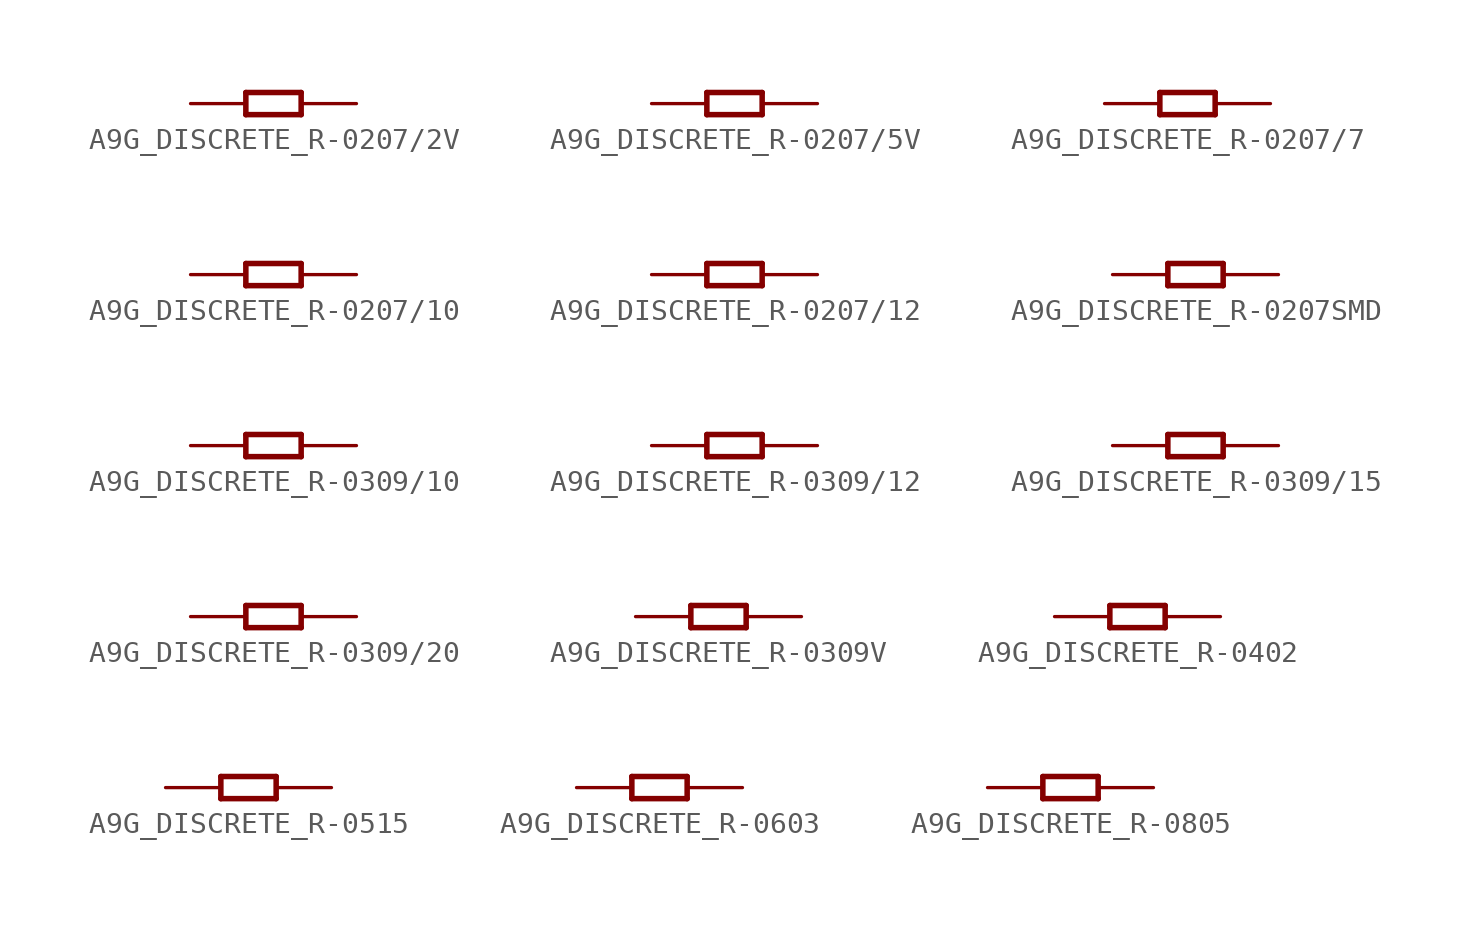
<source format=kicad_sym>
(kicad_symbol_lib
  (version 20231120)
  (generator "kicad_symbol_editor")
  (generator_version "8.0")
  (symbol "A9G_DISCRETE_R-0207/2V"
    (property "Reference" "R"
      (at -3.81 0 0)
      (effects (font (size 1.27 1.079)) (justify left bottom) (hide yes)))
    (property "ki_locked" ""
      (at 0 0 0)
      (effects (font (size 1.27 1.27))))
    (symbol "A9G_DISCRETE_R-0207/2V_1_0"
      (polyline (pts (xy -1.27 -0.508) (xy -1.27 0.508)) (stroke (width 0.254) (type solid)) (fill (type none)))
      (polyline (pts (xy -1.27 0.508) (xy 1.27 0.508)) (stroke (width 0.254) (type solid)) (fill (type none)))
      (polyline (pts (xy 1.27 -0.508) (xy -1.27 -0.508)) (stroke (width 0.254) (type solid)) (fill (type none)))
      (polyline (pts (xy 1.27 0.508) (xy 1.27 -0.508)) (stroke (width 0.254) (type solid)) (fill (type none)))
      (pin passive line (at -3.81 0 0) (length 2.54) (name "1" (effects (font (size 0 0)))) (number "1" (effects (font (size 0 0)))))
      (pin passive line (at 3.81 0 180) (length 2.54) (name "2" (effects (font (size 0 0)))) (number "2" (effects (font (size 0 0)))))))
  (symbol "A9G_DISCRETE_R-0207/5V"
    (property "Reference" "R"
      (at -3.81 0 0)
      (effects (font (size 1.27 1.079)) (justify left bottom) (hide yes)))
    (property "ki_locked" ""
      (at 0 0 0)
      (effects (font (size 1.27 1.27))))
    (symbol "A9G_DISCRETE_R-0207/5V_1_0"
      (polyline (pts (xy -1.27 -0.508) (xy -1.27 0.508)) (stroke (width 0.254) (type solid)) (fill (type none)))
      (polyline (pts (xy -1.27 0.508) (xy 1.27 0.508)) (stroke (width 0.254) (type solid)) (fill (type none)))
      (polyline (pts (xy 1.27 -0.508) (xy -1.27 -0.508)) (stroke (width 0.254) (type solid)) (fill (type none)))
      (polyline (pts (xy 1.27 0.508) (xy 1.27 -0.508)) (stroke (width 0.254) (type solid)) (fill (type none)))
      (pin passive line (at -3.81 0 0) (length 2.54) (name "1" (effects (font (size 0 0)))) (number "1" (effects (font (size 0 0)))))
      (pin passive line (at 3.81 0 180) (length 2.54) (name "2" (effects (font (size 0 0)))) (number "2" (effects (font (size 0 0)))))))
  (symbol "A9G_DISCRETE_R-0207/7"
    (property "Reference" "R"
      (at -3.81 0 0)
      (effects (font (size 1.27 1.079)) (justify left bottom) (hide yes)))
    (property "ki_locked" ""
      (at 0 0 0)
      (effects (font (size 1.27 1.27))))
    (symbol "A9G_DISCRETE_R-0207/7_1_0"
      (polyline (pts (xy -1.27 -0.508) (xy -1.27 0.508)) (stroke (width 0.254) (type solid)) (fill (type none)))
      (polyline (pts (xy -1.27 0.508) (xy 1.27 0.508)) (stroke (width 0.254) (type solid)) (fill (type none)))
      (polyline (pts (xy 1.27 -0.508) (xy -1.27 -0.508)) (stroke (width 0.254) (type solid)) (fill (type none)))
      (polyline (pts (xy 1.27 0.508) (xy 1.27 -0.508)) (stroke (width 0.254) (type solid)) (fill (type none)))
      (pin passive line (at -3.81 0 0) (length 2.54) (name "1" (effects (font (size 0 0)))) (number "1" (effects (font (size 0 0)))))
      (pin passive line (at 3.81 0 180) (length 2.54) (name "2" (effects (font (size 0 0)))) (number "2" (effects (font (size 0 0)))))))
  (symbol "A9G_DISCRETE_R-0207/10"
    (property "Reference" "R"
      (at -3.81 0 0)
      (effects (font (size 1.27 1.079)) (justify left bottom) (hide yes)))
    (property "ki_locked" ""
      (at 0 0 0)
      (effects (font (size 1.27 1.27))))
    (symbol "A9G_DISCRETE_R-0207/10_1_0"
      (polyline (pts (xy -1.27 -0.508) (xy -1.27 0.508)) (stroke (width 0.254) (type solid)) (fill (type none)))
      (polyline (pts (xy -1.27 0.508) (xy 1.27 0.508)) (stroke (width 0.254) (type solid)) (fill (type none)))
      (polyline (pts (xy 1.27 -0.508) (xy -1.27 -0.508)) (stroke (width 0.254) (type solid)) (fill (type none)))
      (polyline (pts (xy 1.27 0.508) (xy 1.27 -0.508)) (stroke (width 0.254) (type solid)) (fill (type none)))
      (pin passive line (at -3.81 0 0) (length 2.54) (name "1" (effects (font (size 0 0)))) (number "1" (effects (font (size 0 0)))))
      (pin passive line (at 3.81 0 180) (length 2.54) (name "2" (effects (font (size 0 0)))) (number "2" (effects (font (size 0 0)))))))
  (symbol "A9G_DISCRETE_R-0207/12"
    (property "Reference" "R"
      (at -3.81 0 0)
      (effects (font (size 1.27 1.079)) (justify left bottom) (hide yes)))
    (property "ki_locked" ""
      (at 0 0 0)
      (effects (font (size 1.27 1.27))))
    (symbol "A9G_DISCRETE_R-0207/12_1_0"
      (polyline (pts (xy -1.27 -0.508) (xy -1.27 0.508)) (stroke (width 0.254) (type solid)) (fill (type none)))
      (polyline (pts (xy -1.27 0.508) (xy 1.27 0.508)) (stroke (width 0.254) (type solid)) (fill (type none)))
      (polyline (pts (xy 1.27 -0.508) (xy -1.27 -0.508)) (stroke (width 0.254) (type solid)) (fill (type none)))
      (polyline (pts (xy 1.27 0.508) (xy 1.27 -0.508)) (stroke (width 0.254) (type solid)) (fill (type none)))
      (pin passive line (at -3.81 0 0) (length 2.54) (name "1" (effects (font (size 0 0)))) (number "1" (effects (font (size 0 0)))))
      (pin passive line (at 3.81 0 180) (length 2.54) (name "2" (effects (font (size 0 0)))) (number "2" (effects (font (size 0 0)))))))
  (symbol "A9G_DISCRETE_R-0207SMD"
    (property "Reference" "R"
      (at -3.81 0 0)
      (effects (font (size 1.27 1.079)) (justify left bottom) (hide yes)))
    (property "ki_locked" ""
      (at 0 0 0)
      (effects (font (size 1.27 1.27))))
    (symbol "A9G_DISCRETE_R-0207SMD_1_0"
      (polyline (pts (xy -1.27 -0.508) (xy -1.27 0.508)) (stroke (width 0.254) (type solid)) (fill (type none)))
      (polyline (pts (xy -1.27 0.508) (xy 1.27 0.508)) (stroke (width 0.254) (type solid)) (fill (type none)))
      (polyline (pts (xy 1.27 -0.508) (xy -1.27 -0.508)) (stroke (width 0.254) (type solid)) (fill (type none)))
      (polyline (pts (xy 1.27 0.508) (xy 1.27 -0.508)) (stroke (width 0.254) (type solid)) (fill (type none)))
      (pin passive line (at -3.81 0 0) (length 2.54) (name "1" (effects (font (size 0 0)))) (number "1" (effects (font (size 0 0)))))
      (pin passive line (at 3.81 0 180) (length 2.54) (name "2" (effects (font (size 0 0)))) (number "2" (effects (font (size 0 0)))))))
  (symbol "A9G_DISCRETE_R-0309/10"
    (property "Reference" "R"
      (at -3.81 0 0)
      (effects (font (size 1.27 1.079)) (justify left bottom) (hide yes)))
    (property "ki_locked" ""
      (at 0 0 0)
      (effects (font (size 1.27 1.27))))
    (symbol "A9G_DISCRETE_R-0309/10_1_0"
      (polyline (pts (xy -1.27 -0.508) (xy -1.27 0.508)) (stroke (width 0.254) (type solid)) (fill (type none)))
      (polyline (pts (xy -1.27 0.508) (xy 1.27 0.508)) (stroke (width 0.254) (type solid)) (fill (type none)))
      (polyline (pts (xy 1.27 -0.508) (xy -1.27 -0.508)) (stroke (width 0.254) (type solid)) (fill (type none)))
      (polyline (pts (xy 1.27 0.508) (xy 1.27 -0.508)) (stroke (width 0.254) (type solid)) (fill (type none)))
      (pin passive line (at -3.81 0 0) (length 2.54) (name "1" (effects (font (size 0 0)))) (number "1" (effects (font (size 0 0)))))
      (pin passive line (at 3.81 0 180) (length 2.54) (name "2" (effects (font (size 0 0)))) (number "2" (effects (font (size 0 0)))))))
  (symbol "A9G_DISCRETE_R-0309/12"
    (property "Reference" "R"
      (at -3.81 0 0)
      (effects (font (size 1.27 1.079)) (justify left bottom) (hide yes)))
    (property "ki_locked" ""
      (at 0 0 0)
      (effects (font (size 1.27 1.27))))
    (symbol "A9G_DISCRETE_R-0309/12_1_0"
      (polyline (pts (xy -1.27 -0.508) (xy -1.27 0.508)) (stroke (width 0.254) (type solid)) (fill (type none)))
      (polyline (pts (xy -1.27 0.508) (xy 1.27 0.508)) (stroke (width 0.254) (type solid)) (fill (type none)))
      (polyline (pts (xy 1.27 -0.508) (xy -1.27 -0.508)) (stroke (width 0.254) (type solid)) (fill (type none)))
      (polyline (pts (xy 1.27 0.508) (xy 1.27 -0.508)) (stroke (width 0.254) (type solid)) (fill (type none)))
      (pin passive line (at -3.81 0 0) (length 2.54) (name "1" (effects (font (size 0 0)))) (number "1" (effects (font (size 0 0)))))
      (pin passive line (at 3.81 0 180) (length 2.54) (name "2" (effects (font (size 0 0)))) (number "2" (effects (font (size 0 0)))))))
  (symbol "A9G_DISCRETE_R-0309/15"
    (property "Reference" "R"
      (at -3.81 0 0)
      (effects (font (size 1.27 1.079)) (justify left bottom) (hide yes)))
    (property "ki_locked" ""
      (at 0 0 0)
      (effects (font (size 1.27 1.27))))
    (symbol "A9G_DISCRETE_R-0309/15_1_0"
      (polyline (pts (xy -1.27 -0.508) (xy -1.27 0.508)) (stroke (width 0.254) (type solid)) (fill (type none)))
      (polyline (pts (xy -1.27 0.508) (xy 1.27 0.508)) (stroke (width 0.254) (type solid)) (fill (type none)))
      (polyline (pts (xy 1.27 -0.508) (xy -1.27 -0.508)) (stroke (width 0.254) (type solid)) (fill (type none)))
      (polyline (pts (xy 1.27 0.508) (xy 1.27 -0.508)) (stroke (width 0.254) (type solid)) (fill (type none)))
      (pin passive line (at -3.81 0 0) (length 2.54) (name "1" (effects (font (size 0 0)))) (number "1" (effects (font (size 0 0)))))
      (pin passive line (at 3.81 0 180) (length 2.54) (name "2" (effects (font (size 0 0)))) (number "2" (effects (font (size 0 0)))))))
  (symbol "A9G_DISCRETE_R-0309/20"
    (property "Reference" "R"
      (at -3.81 0 0)
      (effects (font (size 1.27 1.079)) (justify left bottom) (hide yes)))
    (property "ki_locked" ""
      (at 0 0 0)
      (effects (font (size 1.27 1.27))))
    (symbol "A9G_DISCRETE_R-0309/20_1_0"
      (polyline (pts (xy -1.27 -0.508) (xy -1.27 0.508)) (stroke (width 0.254) (type solid)) (fill (type none)))
      (polyline (pts (xy -1.27 0.508) (xy 1.27 0.508)) (stroke (width 0.254) (type solid)) (fill (type none)))
      (polyline (pts (xy 1.27 -0.508) (xy -1.27 -0.508)) (stroke (width 0.254) (type solid)) (fill (type none)))
      (polyline (pts (xy 1.27 0.508) (xy 1.27 -0.508)) (stroke (width 0.254) (type solid)) (fill (type none)))
      (pin passive line (at -3.81 0 0) (length 2.54) (name "1" (effects (font (size 0 0)))) (number "1" (effects (font (size 0 0)))))
      (pin passive line (at 3.81 0 180) (length 2.54) (name "2" (effects (font (size 0 0)))) (number "2" (effects (font (size 0 0)))))))
  (symbol "A9G_DISCRETE_R-0309V"
    (property "Reference" "R"
      (at -3.81 0 0)
      (effects (font (size 1.27 1.079)) (justify left bottom) (hide yes)))
    (property "ki_locked" ""
      (at 0 0 0)
      (effects (font (size 1.27 1.27))))
    (symbol "A9G_DISCRETE_R-0309V_1_0"
      (polyline (pts (xy -1.27 -0.508) (xy -1.27 0.508)) (stroke (width 0.254) (type solid)) (fill (type none)))
      (polyline (pts (xy -1.27 0.508) (xy 1.27 0.508)) (stroke (width 0.254) (type solid)) (fill (type none)))
      (polyline (pts (xy 1.27 -0.508) (xy -1.27 -0.508)) (stroke (width 0.254) (type solid)) (fill (type none)))
      (polyline (pts (xy 1.27 0.508) (xy 1.27 -0.508)) (stroke (width 0.254) (type solid)) (fill (type none)))
      (pin passive line (at -3.81 0 0) (length 2.54) (name "1" (effects (font (size 0 0)))) (number "1" (effects (font (size 0 0)))))
      (pin passive line (at 3.81 0 180) (length 2.54) (name "2" (effects (font (size 0 0)))) (number "2" (effects (font (size 0 0)))))))
  (symbol "A9G_DISCRETE_R-0402"
    (property "Reference" "R"
      (at -3.81 0 0)
      (effects (font (size 1.27 1.079)) (justify left bottom) (hide yes)))
    (property "ki_locked" ""
      (at 0 0 0)
      (effects (font (size 1.27 1.27))))
    (symbol "A9G_DISCRETE_R-0402_1_0"
      (polyline (pts (xy -1.27 -0.508) (xy -1.27 0.508)) (stroke (width 0.254) (type solid)) (fill (type none)))
      (polyline (pts (xy -1.27 0.508) (xy 1.27 0.508)) (stroke (width 0.254) (type solid)) (fill (type none)))
      (polyline (pts (xy 1.27 -0.508) (xy -1.27 -0.508)) (stroke (width 0.254) (type solid)) (fill (type none)))
      (polyline (pts (xy 1.27 0.508) (xy 1.27 -0.508)) (stroke (width 0.254) (type solid)) (fill (type none)))
      (pin passive line (at -3.81 0 0) (length 2.54) (name "1" (effects (font (size 0 0)))) (number "1" (effects (font (size 0 0)))))
      (pin passive line (at 3.81 0 180) (length 2.54) (name "2" (effects (font (size 0 0)))) (number "2" (effects (font (size 0 0)))))))
  (symbol "A9G_DISCRETE_R-0515"
    (property "Reference" "R"
      (at -3.81 0 0)
      (effects (font (size 1.27 1.079)) (justify left bottom) (hide yes)))
    (property "ki_locked" ""
      (at 0 0 0)
      (effects (font (size 1.27 1.27))))
    (symbol "A9G_DISCRETE_R-0515_1_0"
      (polyline (pts (xy -1.27 -0.508) (xy -1.27 0.508)) (stroke (width 0.254) (type solid)) (fill (type none)))
      (polyline (pts (xy -1.27 0.508) (xy 1.27 0.508)) (stroke (width 0.254) (type solid)) (fill (type none)))
      (polyline (pts (xy 1.27 -0.508) (xy -1.27 -0.508)) (stroke (width 0.254) (type solid)) (fill (type none)))
      (polyline (pts (xy 1.27 0.508) (xy 1.27 -0.508)) (stroke (width 0.254) (type solid)) (fill (type none)))
      (pin passive line (at -3.81 0 0) (length 2.54) (name "1" (effects (font (size 0 0)))) (number "P$1" (effects (font (size 0 0)))))
      (pin passive line (at 3.81 0 180) (length 2.54) (name "2" (effects (font (size 0 0)))) (number "P$2" (effects (font (size 0 0)))))))
  (symbol "A9G_DISCRETE_R-0603"
    (property "Reference" "R"
      (at -3.81 0 0)
      (effects (font (size 1.27 1.079)) (justify left bottom) (hide yes)))
    (property "ki_locked" ""
      (at 0 0 0)
      (effects (font (size 1.27 1.27))))
    (symbol "A9G_DISCRETE_R-0603_1_0"
      (polyline (pts (xy -1.27 -0.508) (xy -1.27 0.508)) (stroke (width 0.254) (type solid)) (fill (type none)))
      (polyline (pts (xy -1.27 0.508) (xy 1.27 0.508)) (stroke (width 0.254) (type solid)) (fill (type none)))
      (polyline (pts (xy 1.27 -0.508) (xy -1.27 -0.508)) (stroke (width 0.254) (type solid)) (fill (type none)))
      (polyline (pts (xy 1.27 0.508) (xy 1.27 -0.508)) (stroke (width 0.254) (type solid)) (fill (type none)))
      (pin passive line (at -3.81 0 0) (length 2.54) (name "1" (effects (font (size 0 0)))) (number "1" (effects (font (size 0 0)))))
      (pin passive line (at 3.81 0 180) (length 2.54) (name "2" (effects (font (size 0 0)))) (number "2" (effects (font (size 0 0)))))))
  (symbol "A9G_DISCRETE_R-0805"
    (property "Reference" "R"
      (at -3.81 0 0)
      (effects (font (size 1.27 1.079)) (justify left bottom) (hide yes)))
    (property "ki_locked" ""
      (at 0 0 0)
      (effects (font (size 1.27 1.27))))
    (symbol "A9G_DISCRETE_R-0805_1_0"
      (polyline (pts (xy -1.27 -0.508) (xy -1.27 0.508)) (stroke (width 0.254) (type solid)) (fill (type none)))
      (polyline (pts (xy -1.27 0.508) (xy 1.27 0.508)) (stroke (width 0.254) (type solid)) (fill (type none)))
      (polyline (pts (xy 1.27 -0.508) (xy -1.27 -0.508)) (stroke (width 0.254) (type solid)) (fill (type none)))
      (polyline (pts (xy 1.27 0.508) (xy 1.27 -0.508)) (stroke (width 0.254) (type solid)) (fill (type none)))
      (pin passive line (at -3.81 0 0) (length 2.54) (name "1" (effects (font (size 0 0)))) (number "1" (effects (font (size 0 0)))))
      (pin passive line (at 3.81 0 180) (length 2.54) (name "2" (effects (font (size 0 0)))) (number "2" (effects (font (size 0 0))))))))
</source>
